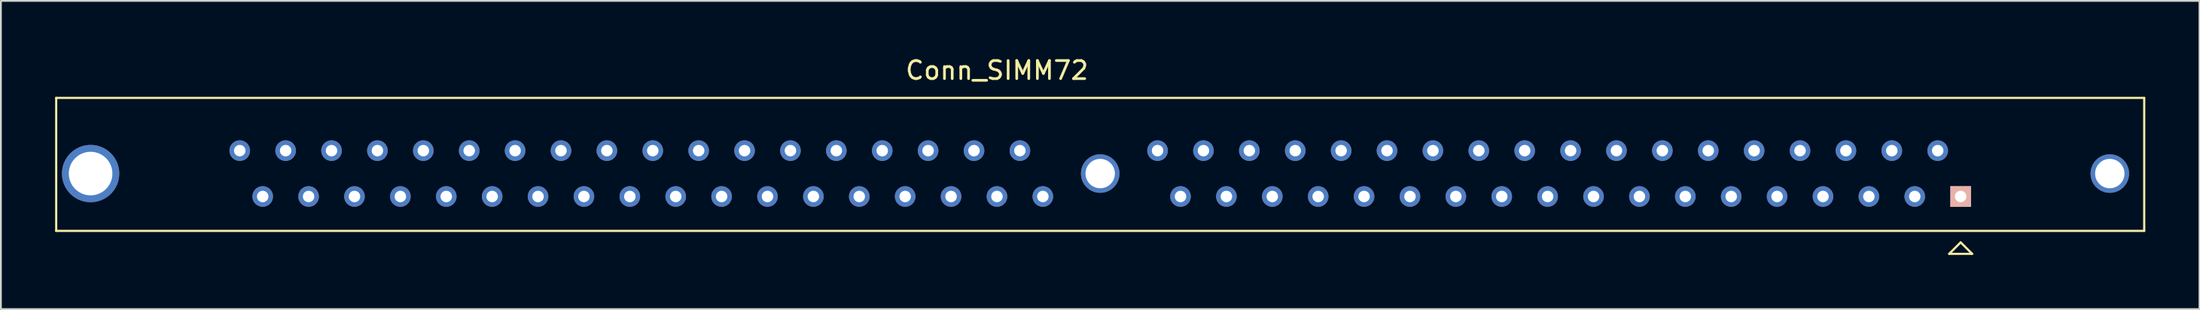
<source format=kicad_pcb>
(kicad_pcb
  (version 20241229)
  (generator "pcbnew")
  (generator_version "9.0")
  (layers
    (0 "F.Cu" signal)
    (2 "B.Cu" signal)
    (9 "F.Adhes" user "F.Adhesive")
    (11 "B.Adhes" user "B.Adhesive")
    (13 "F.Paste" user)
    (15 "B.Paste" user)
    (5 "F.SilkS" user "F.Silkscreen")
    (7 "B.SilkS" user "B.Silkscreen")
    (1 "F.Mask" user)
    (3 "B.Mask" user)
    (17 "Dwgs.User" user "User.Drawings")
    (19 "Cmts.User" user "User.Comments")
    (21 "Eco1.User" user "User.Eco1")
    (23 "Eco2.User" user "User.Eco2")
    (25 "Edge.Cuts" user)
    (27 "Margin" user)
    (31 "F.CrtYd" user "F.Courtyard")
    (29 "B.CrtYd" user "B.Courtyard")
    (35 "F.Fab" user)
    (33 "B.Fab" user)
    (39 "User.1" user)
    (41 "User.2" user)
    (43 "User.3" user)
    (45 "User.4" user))
  (footprint "Conn_SIMM72"
    (layer "F.Cu")
    (at 57.845 6.563)
    (property "Reference" "Conn_SIMM72" (at -5.715 -5.715 0) (layer "F.SilkS") (effects (font (size 1 1) (thickness 0.15))))
    (attr through_hole)
    (fp_line (start -57.785 -4.191) (end -57.785 3.175) (stroke (width 0.12) (type solid)) (layer "F.SilkS"))
    (fp_line (start -57.785 3.175) (end 57.785 3.175) (stroke (width 0.12) (type solid)) (layer "F.SilkS"))
    (fp_line (start 46.99 4.445) (end 47.625 3.81) (stroke (width 0.12) (type solid)) (layer "F.SilkS"))
    (fp_line (start 46.99 4.445) (end 48.26 4.445) (stroke (width 0.12) (type solid)) (layer "F.SilkS"))
    (fp_line (start 47.625 3.81) (end 48.26 4.445) (stroke (width 0.12) (type solid)) (layer "F.SilkS"))
    (fp_line (start 57.785 -4.191) (end -57.785 -4.191) (stroke (width 0.12) (type solid)) (layer "F.SilkS"))
    (fp_line (start 57.785 3.175) (end 57.785 -4.191) (stroke (width 0.12) (type solid)) (layer "F.SilkS"))
    (pad "" thru_hole circle (at -55.88 0) (size 3.175 3.175) (drill 2.413) (layers "*.Cu" "*.Mask"))
    (pad "" thru_hole circle (at 0 0) (size 2.134 2.134) (drill 1.626) (layers "*.Cu" "*.Mask"))
    (pad "" thru_hole circle (at 55.88 0) (size 2.134 2.134) (drill 1.626) (layers "*.Cu" "*.Mask"))
    (pad "1" thru_hole rect (at 47.625 1.27) (size 1.143 1.143) (drill 0.635) (layers "*.Cu" "F.Mask" "B.SilkS"))
    (pad "2" thru_hole circle (at 46.355 -1.27) (size 1.143 1.143) (drill 0.635) (layers "*.Cu" "*.Mask"))
    (pad "3" thru_hole circle (at 45.085 1.27) (size 1.143 1.143) (drill 0.635) (layers "*.Cu" "*.Mask"))
    (pad "4" thru_hole circle (at 43.815 -1.27) (size 1.143 1.143) (drill 0.635) (layers "*.Cu" "*.Mask"))
    (pad "5" thru_hole circle (at 42.545 1.27) (size 1.143 1.143) (drill 0.635) (layers "*.Cu" "*.Mask"))
    (pad "6" thru_hole circle (at 41.275 -1.27) (size 1.143 1.143) (drill 0.635) (layers "*.Cu" "*.Mask"))
    (pad "7" thru_hole circle (at 40.005 1.27) (size 1.143 1.143) (drill 0.635) (layers "*.Cu" "*.Mask"))
    (pad "8" thru_hole circle (at 38.735 -1.27) (size 1.143 1.143) (drill 0.635) (layers "*.Cu" "*.Mask"))
    (pad "9" thru_hole circle (at 37.465 1.27) (size 1.143 1.143) (drill 0.635) (layers "*.Cu" "*.Mask"))
    (pad "10" thru_hole circle (at 36.195 -1.27) (size 1.143 1.143) (drill 0.635) (layers "*.Cu" "*.Mask"))
    (pad "11" thru_hole circle (at 34.925 1.27) (size 1.143 1.143) (drill 0.635) (layers "*.Cu" "*.Mask"))
    (pad "12" thru_hole circle (at 33.655 -1.27) (size 1.143 1.143) (drill 0.635) (layers "*.Cu" "*.Mask"))
    (pad "13" thru_hole circle (at 32.385 1.27) (size 1.143 1.143) (drill 0.635) (layers "*.Cu" "*.Mask"))
    (pad "14" thru_hole circle (at 31.115 -1.27) (size 1.143 1.143) (drill 0.635) (layers "*.Cu" "*.Mask"))
    (pad "15" thru_hole circle (at 29.845 1.27) (size 1.143 1.143) (drill 0.635) (layers "*.Cu" "*.Mask"))
    (pad "16" thru_hole circle (at 28.575 -1.27) (size 1.143 1.143) (drill 0.635) (layers "*.Cu" "*.Mask"))
    (pad "17" thru_hole circle (at 27.305 1.27) (size 1.143 1.143) (drill 0.635) (layers "*.Cu" "*.Mask"))
    (pad "18" thru_hole circle (at 26.035 -1.27) (size 1.143 1.143) (drill 0.635) (layers "*.Cu" "*.Mask"))
    (pad "19" thru_hole circle (at 24.765 1.27) (size 1.143 1.143) (drill 0.635) (layers "*.Cu" "*.Mask"))
    (pad "20" thru_hole circle (at 23.495 -1.27) (size 1.143 1.143) (drill 0.635) (layers "*.Cu" "*.Mask"))
    (pad "21" thru_hole circle (at 22.225 1.27) (size 1.143 1.143) (drill 0.635) (layers "*.Cu" "*.Mask"))
    (pad "22" thru_hole circle (at 20.955 -1.27) (size 1.143 1.143) (drill 0.635) (layers "*.Cu" "*.Mask"))
    (pad "23" thru_hole circle (at 19.685 1.27) (size 1.143 1.143) (drill 0.635) (layers "*.Cu" "*.Mask"))
    (pad "24" thru_hole circle (at 18.415 -1.27) (size 1.143 1.143) (drill 0.635) (layers "*.Cu" "*.Mask"))
    (pad "25" thru_hole circle (at 17.145 1.27) (size 1.143 1.143) (drill 0.635) (layers "*.Cu" "*.Mask"))
    (pad "26" thru_hole circle (at 15.875 -1.27) (size 1.143 1.143) (drill 0.635) (layers "*.Cu" "*.Mask"))
    (pad "27" thru_hole circle (at 14.605 1.27) (size 1.143 1.143) (drill 0.635) (layers "*.Cu" "*.Mask"))
    (pad "28" thru_hole circle (at 13.335 -1.27) (size 1.143 1.143) (drill 0.635) (layers "*.Cu" "*.Mask"))
    (pad "29" thru_hole circle (at 12.065 1.27) (size 1.143 1.143) (drill 0.635) (layers "*.Cu" "*.Mask"))
    (pad "30" thru_hole circle (at 10.795 -1.27) (size 1.143 1.143) (drill 0.635) (layers "*.Cu" "*.Mask"))
    (pad "31" thru_hole circle (at 9.525 1.27) (size 1.143 1.143) (drill 0.635) (layers "*.Cu" "*.Mask"))
    (pad "32" thru_hole circle (at 8.255 -1.27) (size 1.143 1.143) (drill 0.635) (layers "*.Cu" "*.Mask"))
    (pad "33" thru_hole circle (at 6.985 1.27) (size 1.143 1.143) (drill 0.635) (layers "*.Cu" "*.Mask"))
    (pad "34" thru_hole circle (at 5.715 -1.27) (size 1.143 1.143) (drill 0.635) (layers "*.Cu" "*.Mask"))
    (pad "35" thru_hole circle (at 4.445 1.27) (size 1.143 1.143) (drill 0.635) (layers "*.Cu" "*.Mask"))
    (pad "36" thru_hole circle (at 3.175 -1.27) (size 1.143 1.143) (drill 0.635) (layers "*.Cu" "*.Mask"))
    (pad "37" thru_hole circle (at -3.175 1.27) (size 1.143 1.143) (drill 0.635) (layers "*.Cu" "*.Mask"))
    (pad "38" thru_hole circle (at -4.445 -1.27) (size 1.143 1.143) (drill 0.635) (layers "*.Cu" "*.Mask"))
    (pad "39" thru_hole circle (at -5.715 1.27) (size 1.143 1.143) (drill 0.635) (layers "*.Cu" "*.Mask"))
    (pad "40" thru_hole circle (at -6.985 -1.27) (size 1.143 1.143) (drill 0.635) (layers "*.Cu" "*.Mask"))
    (pad "41" thru_hole circle (at -8.255 1.27) (size 1.143 1.143) (drill 0.635) (layers "*.Cu" "*.Mask"))
    (pad "42" thru_hole circle (at -9.525 -1.27) (size 1.143 1.143) (drill 0.635) (layers "*.Cu" "*.Mask"))
    (pad "43" thru_hole circle (at -10.795 1.27) (size 1.143 1.143) (drill 0.635) (layers "*.Cu" "*.Mask"))
    (pad "44" thru_hole circle (at -12.065 -1.27) (size 1.143 1.143) (drill 0.635) (layers "*.Cu" "*.Mask"))
    (pad "45" thru_hole circle (at -13.335 1.27) (size 1.143 1.143) (drill 0.635) (layers "*.Cu" "*.Mask"))
    (pad "46" thru_hole circle (at -14.605 -1.27) (size 1.143 1.143) (drill 0.635) (layers "*.Cu" "*.Mask"))
    (pad "47" thru_hole circle (at -15.875 1.27) (size 1.143 1.143) (drill 0.635) (layers "*.Cu" "*.Mask"))
    (pad "48" thru_hole circle (at -17.145 -1.27) (size 1.143 1.143) (drill 0.635) (layers "*.Cu" "*.Mask"))
    (pad "49" thru_hole circle (at -18.415 1.27) (size 1.143 1.143) (drill 0.635) (layers "*.Cu" "*.Mask"))
    (pad "50" thru_hole circle (at -19.685 -1.27) (size 1.143 1.143) (drill 0.635) (layers "*.Cu" "*.Mask"))
    (pad "51" thru_hole circle (at -20.955 1.27) (size 1.143 1.143) (drill 0.635) (layers "*.Cu" "*.Mask"))
    (pad "52" thru_hole circle (at -22.225 -1.27) (size 1.143 1.143) (drill 0.635) (layers "*.Cu" "*.Mask"))
    (pad "53" thru_hole circle (at -23.495 1.27) (size 1.143 1.143) (drill 0.635) (layers "*.Cu" "*.Mask"))
    (pad "54" thru_hole circle (at -24.765 -1.27) (size 1.143 1.143) (drill 0.635) (layers "*.Cu" "*.Mask"))
    (pad "55" thru_hole circle (at -26.035 1.27) (size 1.143 1.143) (drill 0.635) (layers "*.Cu" "*.Mask"))
    (pad "56" thru_hole circle (at -27.305 -1.27) (size 1.143 1.143) (drill 0.635) (layers "*.Cu" "*.Mask"))
    (pad "57" thru_hole circle (at -28.575 1.27) (size 1.143 1.143) (drill 0.635) (layers "*.Cu" "*.Mask"))
    (pad "58" thru_hole circle (at -29.845 -1.27) (size 1.143 1.143) (drill 0.635) (layers "*.Cu" "*.Mask"))
    (pad "59" thru_hole circle (at -31.115 1.27) (size 1.143 1.143) (drill 0.635) (layers "*.Cu" "*.Mask"))
    (pad "60" thru_hole circle (at -32.385 -1.27) (size 1.143 1.143) (drill 0.635) (layers "*.Cu" "*.Mask"))
    (pad "61" thru_hole circle (at -33.655 1.27) (size 1.143 1.143) (drill 0.635) (layers "*.Cu" "*.Mask"))
    (pad "62" thru_hole circle (at -34.925 -1.27) (size 1.143 1.143) (drill 0.635) (layers "*.Cu" "*.Mask"))
    (pad "63" thru_hole circle (at -36.195 1.27) (size 1.143 1.143) (drill 0.635) (layers "*.Cu" "*.Mask"))
    (pad "64" thru_hole circle (at -37.465 -1.27) (size 1.143 1.143) (drill 0.635) (layers "*.Cu" "*.Mask"))
    (pad "65" thru_hole circle (at -38.735 1.27) (size 1.143 1.143) (drill 0.635) (layers "*.Cu" "*.Mask"))
    (pad "66" thru_hole circle (at -40.005 -1.27) (size 1.143 1.143) (drill 0.635) (layers "*.Cu" "*.Mask"))
    (pad "67" thru_hole circle (at -41.275 1.27) (size 1.143 1.143) (drill 0.635) (layers "*.Cu" "*.Mask"))
    (pad "68" thru_hole circle (at -42.545 -1.27) (size 1.143 1.143) (drill 0.635) (layers "*.Cu" "*.Mask"))
    (pad "69" thru_hole circle (at -43.815 1.27) (size 1.143 1.143) (drill 0.635) (layers "*.Cu" "*.Mask"))
    (pad "70" thru_hole circle (at -45.085 -1.27) (size 1.143 1.143) (drill 0.635) (layers "*.Cu" "*.Mask"))
    (pad "71" thru_hole circle (at -46.355 1.27) (size 1.143 1.143) (drill 0.635) (layers "*.Cu" "*.Mask"))
    (pad "72" thru_hole circle (at -47.625 -1.27) (size 1.143 1.143) (drill 0.635) (layers "*.Cu" "*.Mask")))
  (gr_rect
    (start -3 -3)
    (end 118.69 14.068)
    (stroke (width 0.1) (type default))
    (fill no)
    (layer "Edge.Cuts")))
</source>
